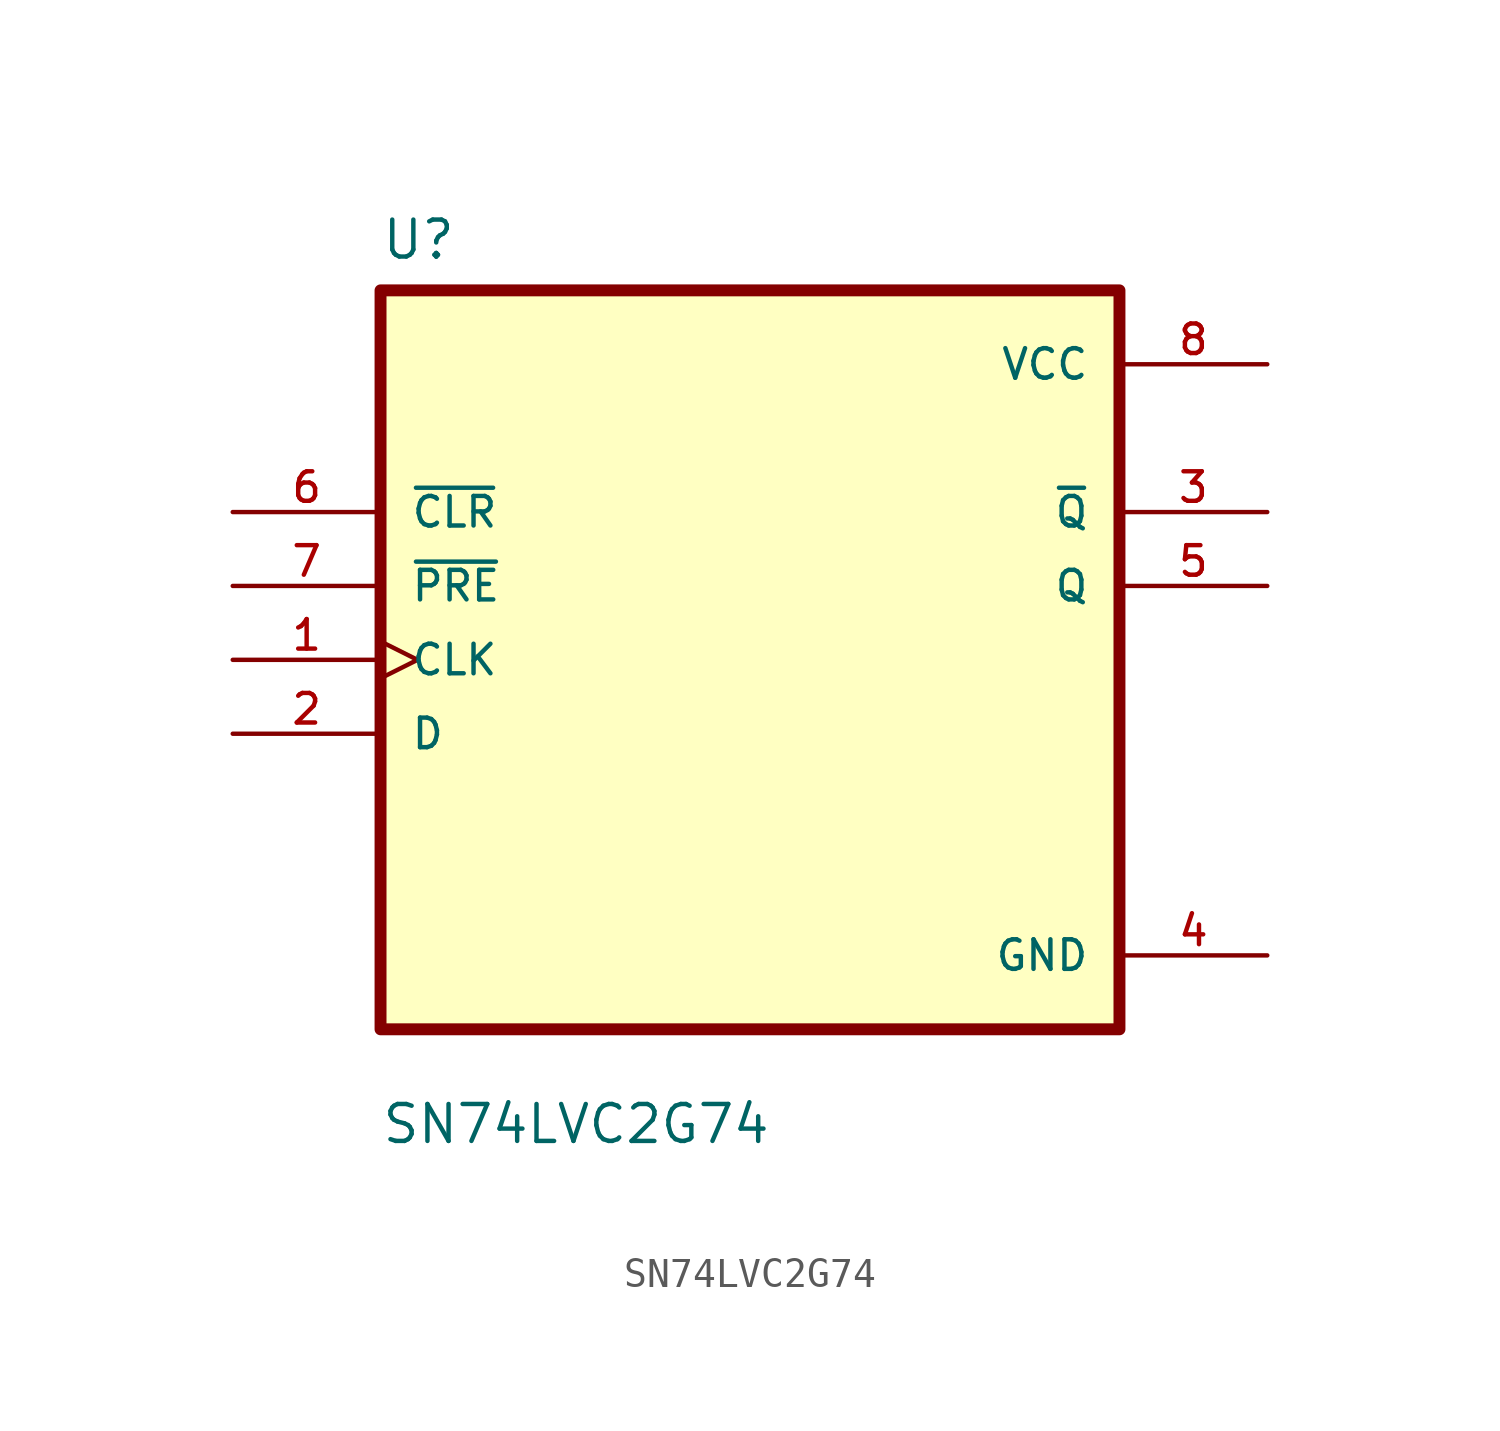
<source format=kicad_sym>
(kicad_symbol_lib
  (version 20231120)
  (generator "kicad_symbol_editor")
  (generator_version "8.0")
  (symbol "SN74LVC2G74"
    (pin_names
      (offset 1.016))
    (property "Reference" "U"
      (at -12.7 13.7 0)
      (effects (font (size 1.27 1.27)) (justify left bottom)))
    (property "Value" "SN74LVC2G74"
      (at -12.7 -16.7 0)
      (effects (font (size 1.27 1.27)) (justify left bottom)))
    (symbol "SN74LVC2G74_0_0"
      (rectangle (start -12.7 12.7) (end 12.7 -12.7) (stroke (width 0.41) (type default)) (fill (type background)))
      (pin input clock (at -17.78 0 0) (length 5.08) (name "CLK" (effects (font (size 1.016 1.016)))) (number "1" (effects (font (size 1.016 1.016)))))
      (pin input line (at -17.78 -2.54 0) (length 5.08) (name "D" (effects (font (size 1.016 1.016)))) (number "2" (effects (font (size 1.016 1.016)))))
      (pin output line (at 17.78 5.08 180) (length 5.08) (name "~{Q}" (effects (font (size 1.016 1.016)))) (number "3" (effects (font (size 1.016 1.016)))))
      (pin power_in line (at 17.78 -10.16 180) (length 5.08) (name "GND" (effects (font (size 1.016 1.016)))) (number "4" (effects (font (size 1.016 1.016)))))
      (pin output line (at 17.78 2.54 180) (length 5.08) (name "Q" (effects (font (size 1.016 1.016)))) (number "5" (effects (font (size 1.016 1.016)))))
      (pin input line (at -17.78 5.08 0) (length 5.08) (name "~{CLR}" (effects (font (size 1.016 1.016)))) (number "6" (effects (font (size 1.016 1.016)))))
      (pin input line (at -17.78 2.54 0) (length 5.08) (name "~{PRE}" (effects (font (size 1.016 1.016)))) (number "7" (effects (font (size 1.016 1.016)))))
      (pin power_in line (at 17.78 10.16 180) (length 5.08) (name "VCC" (effects (font (size 1.016 1.016)))) (number "8" (effects (font (size 1.016 1.016))))))))
</source>
